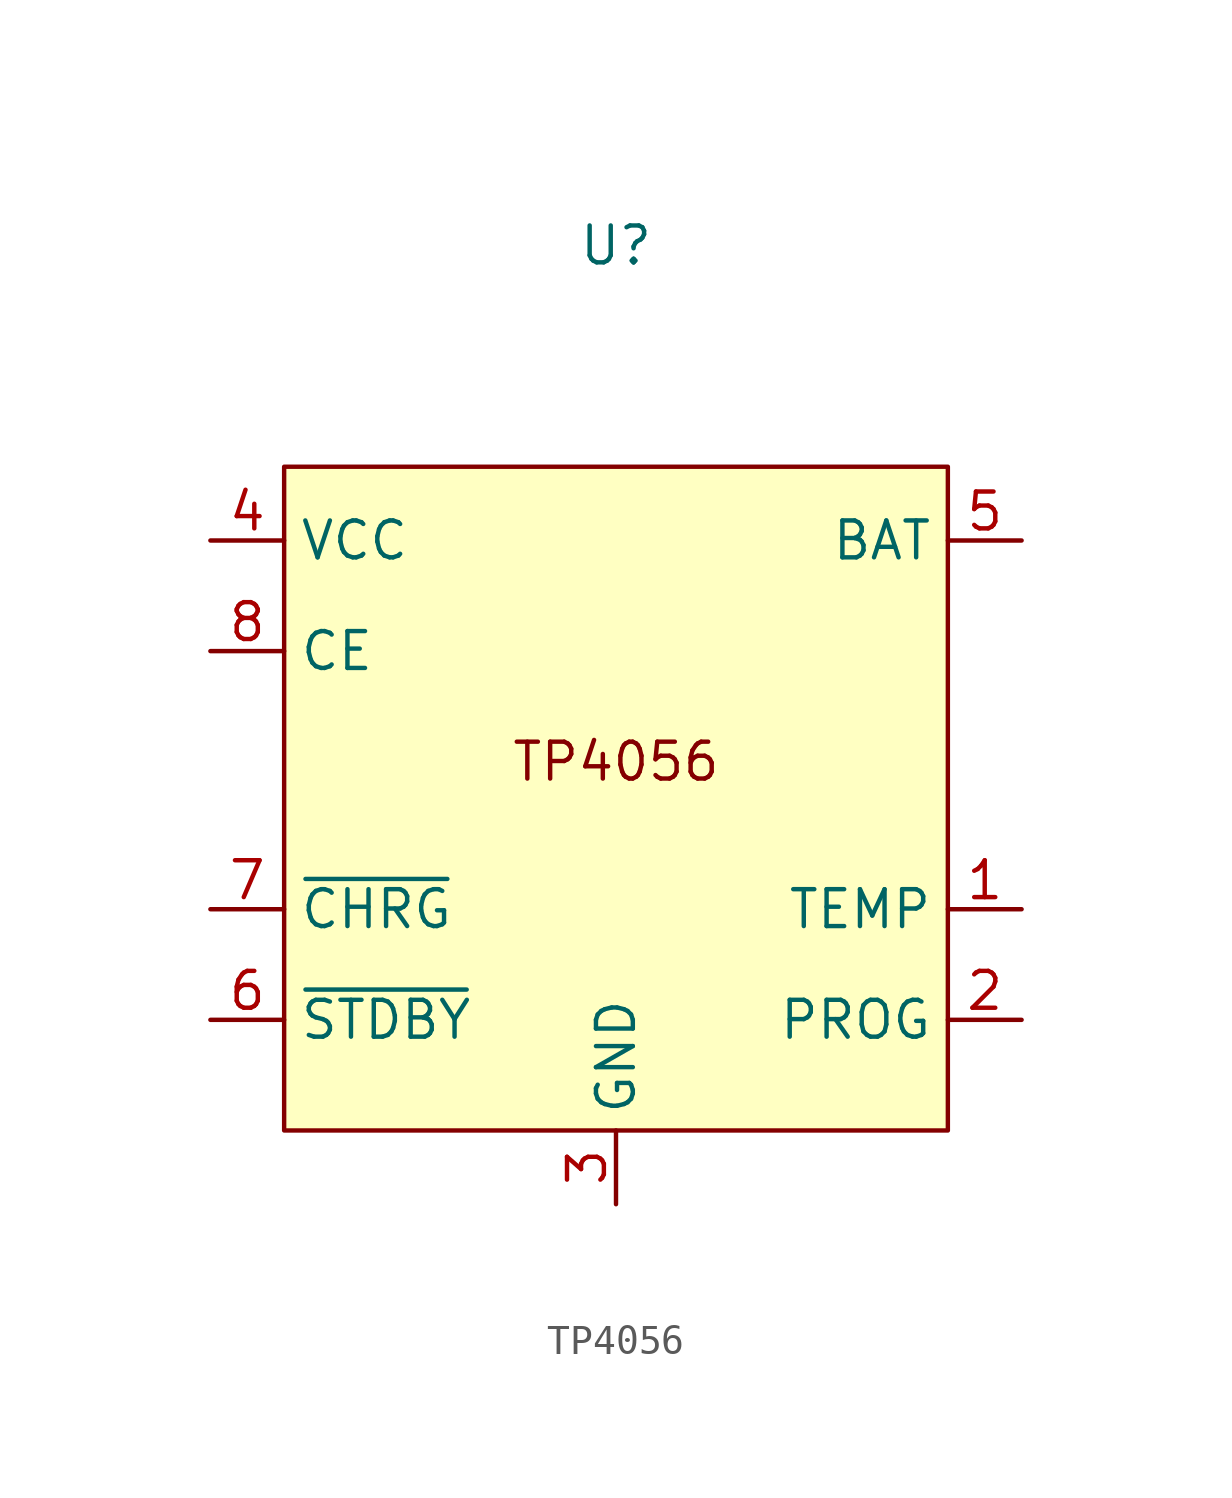
<source format=kicad_sym>
(kicad_symbol_lib
  (version 20220914)
  (generator kicad_symbol_editor)
  (symbol "TP4056"
    (property "Reference" "U"
      (at 0 17.78 0)
      (effects (font (size 1.27 1.27))))
    (property "Value" ""
      (at -3.81 7.62 0)
      (effects (font (size 1.27 1.27))))
    (symbol "TP4056_1_1"
      (rectangle (start -11.43 10.16) (end 11.43 -12.7) (stroke (width 0) (type default)) (fill (type background)))
      (text "TP4056" (at 0 0 0) (effects (font (size 1.27 1.27))))
      (pin input line (at 13.97 -5.08 180) (length 2.54) (name "TEMP" (effects (font (size 1.27 1.27)))) (number "1" (effects (font (size 1.27 1.27)))))
      (pin input line (at 13.97 -8.89 180) (length 2.54) (name "PROG" (effects (font (size 1.27 1.27)))) (number "2" (effects (font (size 1.27 1.27)))))
      (pin input line (at 0 -15.24 90) (length 2.54) (name "GND" (effects (font (size 1.27 1.27)))) (number "3" (effects (font (size 1.27 1.27)))))
      (pin input line (at -13.97 7.62 0) (length 2.54) (name "VCC" (effects (font (size 1.27 1.27)))) (number "4" (effects (font (size 1.27 1.27)))))
      (pin input line (at 13.97 7.62 180) (length 2.54) (name "BAT" (effects (font (size 1.27 1.27)))) (number "5" (effects (font (size 1.27 1.27)))))
      (pin input line (at -13.97 -8.89 0) (length 2.54) (name "~{STDBY}" (effects (font (size 1.27 1.27)))) (number "6" (effects (font (size 1.27 1.27)))))
      (pin input line (at -13.97 -5.08 0) (length 2.54) (name "~{CHRG}" (effects (font (size 1.27 1.27)))) (number "7" (effects (font (size 1.27 1.27)))))
      (pin input line (at -13.97 3.81 0) (length 2.54) (name "CE" (effects (font (size 1.27 1.27)))) (number "8" (effects (font (size 1.27 1.27))))))))
</source>
